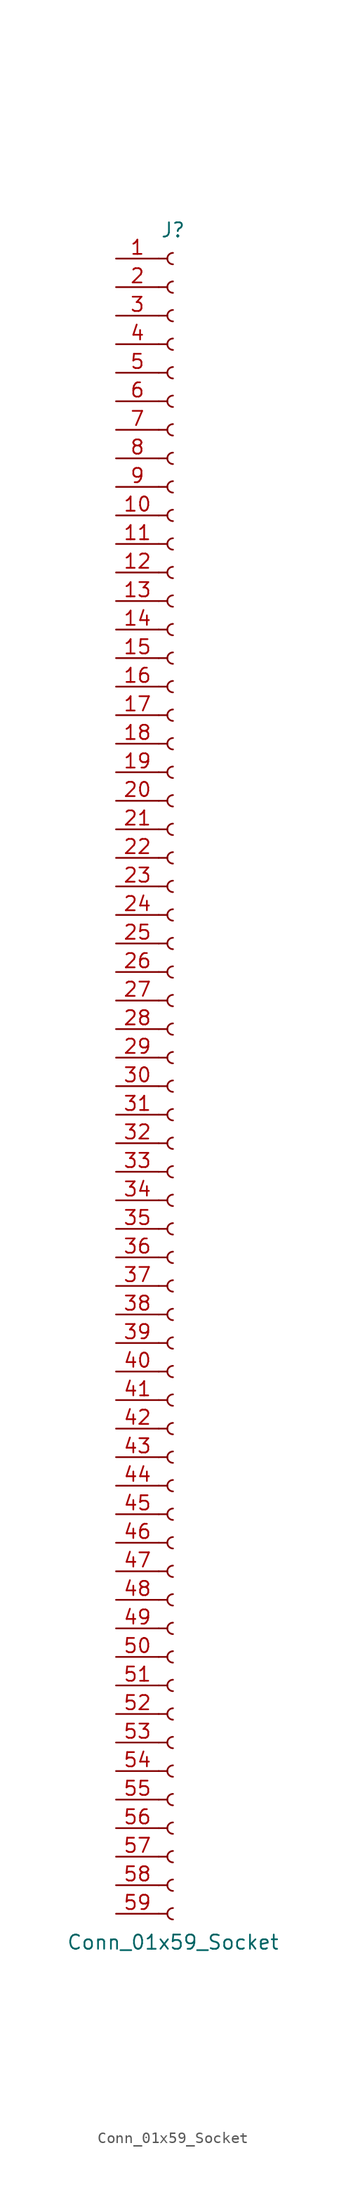
<source format=kicad_sym>
(kicad_symbol_lib
  (version 20241209)
  (generator "kicad_symbol_editor")
  (generator_version "9.0")
  (symbol "Conn_01x59_Socket"
    (pin_names
      (offset 1.016)
      (hide yes))
    (property "Reference" "J"
      (at 0 76.2 0)
      (effects (font (size 1.27 1.27))))
    (property "Value" "Conn_01x59_Socket"
      (at 0 -76.2 0)
      (effects (font (size 1.27 1.27))))
    (property "ki_locked" ""
      (at 0 0 0)
      (effects (font (size 1.27 1.27))))
    (symbol "Conn_01x59_Socket_1_1"
      (polyline (pts (xy -1.27 73.66) (xy -0.508 73.66)) (stroke (width 0.152) (type default)) (fill (type none)))
      (polyline (pts (xy -1.27 71.12) (xy -0.508 71.12)) (stroke (width 0.152) (type default)) (fill (type none)))
      (polyline (pts (xy -1.27 68.58) (xy -0.508 68.58)) (stroke (width 0.152) (type default)) (fill (type none)))
      (polyline (pts (xy -1.27 66.04) (xy -0.508 66.04)) (stroke (width 0.152) (type default)) (fill (type none)))
      (polyline (pts (xy -1.27 63.5) (xy -0.508 63.5)) (stroke (width 0.152) (type default)) (fill (type none)))
      (polyline (pts (xy -1.27 60.96) (xy -0.508 60.96)) (stroke (width 0.152) (type default)) (fill (type none)))
      (polyline (pts (xy -1.27 58.42) (xy -0.508 58.42)) (stroke (width 0.152) (type default)) (fill (type none)))
      (polyline (pts (xy -1.27 55.88) (xy -0.508 55.88)) (stroke (width 0.152) (type default)) (fill (type none)))
      (polyline (pts (xy -1.27 53.34) (xy -0.508 53.34)) (stroke (width 0.152) (type default)) (fill (type none)))
      (polyline (pts (xy -1.27 50.8) (xy -0.508 50.8)) (stroke (width 0.152) (type default)) (fill (type none)))
      (polyline (pts (xy -1.27 48.26) (xy -0.508 48.26)) (stroke (width 0.152) (type default)) (fill (type none)))
      (polyline (pts (xy -1.27 45.72) (xy -0.508 45.72)) (stroke (width 0.152) (type default)) (fill (type none)))
      (polyline (pts (xy -1.27 43.18) (xy -0.508 43.18)) (stroke (width 0.152) (type default)) (fill (type none)))
      (polyline (pts (xy -1.27 40.64) (xy -0.508 40.64)) (stroke (width 0.152) (type default)) (fill (type none)))
      (polyline (pts (xy -1.27 38.1) (xy -0.508 38.1)) (stroke (width 0.152) (type default)) (fill (type none)))
      (polyline (pts (xy -1.27 35.56) (xy -0.508 35.56)) (stroke (width 0.152) (type default)) (fill (type none)))
      (polyline (pts (xy -1.27 33.02) (xy -0.508 33.02)) (stroke (width 0.152) (type default)) (fill (type none)))
      (polyline (pts (xy -1.27 30.48) (xy -0.508 30.48)) (stroke (width 0.152) (type default)) (fill (type none)))
      (polyline (pts (xy -1.27 27.94) (xy -0.508 27.94)) (stroke (width 0.152) (type default)) (fill (type none)))
      (polyline (pts (xy -1.27 25.4) (xy -0.508 25.4)) (stroke (width 0.152) (type default)) (fill (type none)))
      (polyline (pts (xy -1.27 22.86) (xy -0.508 22.86)) (stroke (width 0.152) (type default)) (fill (type none)))
      (polyline (pts (xy -1.27 20.32) (xy -0.508 20.32)) (stroke (width 0.152) (type default)) (fill (type none)))
      (polyline (pts (xy -1.27 17.78) (xy -0.508 17.78)) (stroke (width 0.152) (type default)) (fill (type none)))
      (polyline (pts (xy -1.27 15.24) (xy -0.508 15.24)) (stroke (width 0.152) (type default)) (fill (type none)))
      (polyline (pts (xy -1.27 12.7) (xy -0.508 12.7)) (stroke (width 0.152) (type default)) (fill (type none)))
      (polyline (pts (xy -1.27 10.16) (xy -0.508 10.16)) (stroke (width 0.152) (type default)) (fill (type none)))
      (polyline (pts (xy -1.27 7.62) (xy -0.508 7.62)) (stroke (width 0.152) (type default)) (fill (type none)))
      (polyline (pts (xy -1.27 5.08) (xy -0.508 5.08)) (stroke (width 0.152) (type default)) (fill (type none)))
      (polyline (pts (xy -1.27 2.54) (xy -0.508 2.54)) (stroke (width 0.152) (type default)) (fill (type none)))
      (polyline (pts (xy -1.27 0) (xy -0.508 0)) (stroke (width 0.152) (type default)) (fill (type none)))
      (polyline (pts (xy -1.27 -2.54) (xy -0.508 -2.54)) (stroke (width 0.152) (type default)) (fill (type none)))
      (polyline (pts (xy -1.27 -5.08) (xy -0.508 -5.08)) (stroke (width 0.152) (type default)) (fill (type none)))
      (polyline (pts (xy -1.27 -7.62) (xy -0.508 -7.62)) (stroke (width 0.152) (type default)) (fill (type none)))
      (polyline (pts (xy -1.27 -10.16) (xy -0.508 -10.16)) (stroke (width 0.152) (type default)) (fill (type none)))
      (polyline (pts (xy -1.27 -12.7) (xy -0.508 -12.7)) (stroke (width 0.152) (type default)) (fill (type none)))
      (polyline (pts (xy -1.27 -15.24) (xy -0.508 -15.24)) (stroke (width 0.152) (type default)) (fill (type none)))
      (polyline (pts (xy -1.27 -17.78) (xy -0.508 -17.78)) (stroke (width 0.152) (type default)) (fill (type none)))
      (polyline (pts (xy -1.27 -20.32) (xy -0.508 -20.32)) (stroke (width 0.152) (type default)) (fill (type none)))
      (polyline (pts (xy -1.27 -22.86) (xy -0.508 -22.86)) (stroke (width 0.152) (type default)) (fill (type none)))
      (polyline (pts (xy -1.27 -25.4) (xy -0.508 -25.4)) (stroke (width 0.152) (type default)) (fill (type none)))
      (polyline (pts (xy -1.27 -27.94) (xy -0.508 -27.94)) (stroke (width 0.152) (type default)) (fill (type none)))
      (polyline (pts (xy -1.27 -30.48) (xy -0.508 -30.48)) (stroke (width 0.152) (type default)) (fill (type none)))
      (polyline (pts (xy -1.27 -33.02) (xy -0.508 -33.02)) (stroke (width 0.152) (type default)) (fill (type none)))
      (polyline (pts (xy -1.27 -35.56) (xy -0.508 -35.56)) (stroke (width 0.152) (type default)) (fill (type none)))
      (polyline (pts (xy -1.27 -38.1) (xy -0.508 -38.1)) (stroke (width 0.152) (type default)) (fill (type none)))
      (polyline (pts (xy -1.27 -40.64) (xy -0.508 -40.64)) (stroke (width 0.152) (type default)) (fill (type none)))
      (polyline (pts (xy -1.27 -43.18) (xy -0.508 -43.18)) (stroke (width 0.152) (type default)) (fill (type none)))
      (polyline (pts (xy -1.27 -45.72) (xy -0.508 -45.72)) (stroke (width 0.152) (type default)) (fill (type none)))
      (polyline (pts (xy -1.27 -48.26) (xy -0.508 -48.26)) (stroke (width 0.152) (type default)) (fill (type none)))
      (polyline (pts (xy -1.27 -50.8) (xy -0.508 -50.8)) (stroke (width 0.152) (type default)) (fill (type none)))
      (polyline (pts (xy -1.27 -53.34) (xy -0.508 -53.34)) (stroke (width 0.152) (type default)) (fill (type none)))
      (polyline (pts (xy -1.27 -55.88) (xy -0.508 -55.88)) (stroke (width 0.152) (type default)) (fill (type none)))
      (polyline (pts (xy -1.27 -58.42) (xy -0.508 -58.42)) (stroke (width 0.152) (type default)) (fill (type none)))
      (polyline (pts (xy -1.27 -60.96) (xy -0.508 -60.96)) (stroke (width 0.152) (type default)) (fill (type none)))
      (polyline (pts (xy -1.27 -63.5) (xy -0.508 -63.5)) (stroke (width 0.152) (type default)) (fill (type none)))
      (polyline (pts (xy -1.27 -66.04) (xy -0.508 -66.04)) (stroke (width 0.152) (type default)) (fill (type none)))
      (polyline (pts (xy -1.27 -68.58) (xy -0.508 -68.58)) (stroke (width 0.152) (type default)) (fill (type none)))
      (polyline (pts (xy -1.27 -71.12) (xy -0.508 -71.12)) (stroke (width 0.152) (type default)) (fill (type none)))
      (polyline (pts (xy -1.27 -73.66) (xy -0.508 -73.66)) (stroke (width 0.152) (type default)) (fill (type none)))
      (arc (start 0 73.152) (mid -0.5058 73.66) (end 0 74.168) (stroke (width 0.1524) (type default)) (fill (type none)))
      (arc (start 0 70.612) (mid -0.5058 71.12) (end 0 71.628) (stroke (width 0.1524) (type default)) (fill (type none)))
      (arc (start 0 68.072) (mid -0.5058 68.58) (end 0 69.088) (stroke (width 0.1524) (type default)) (fill (type none)))
      (arc (start 0 65.532) (mid -0.5058 66.04) (end 0 66.548) (stroke (width 0.1524) (type default)) (fill (type none)))
      (arc (start 0 62.992) (mid -0.5058 63.5) (end 0 64.008) (stroke (width 0.1524) (type default)) (fill (type none)))
      (arc (start 0 60.452) (mid -0.5058 60.96) (end 0 61.468) (stroke (width 0.1524) (type default)) (fill (type none)))
      (arc (start 0 57.912) (mid -0.5058 58.42) (end 0 58.928) (stroke (width 0.1524) (type default)) (fill (type none)))
      (arc (start 0 55.372) (mid -0.5058 55.88) (end 0 56.388) (stroke (width 0.1524) (type default)) (fill (type none)))
      (arc (start 0 52.832) (mid -0.5058 53.34) (end 0 53.848) (stroke (width 0.1524) (type default)) (fill (type none)))
      (arc (start 0 50.292) (mid -0.5058 50.8) (end 0 51.308) (stroke (width 0.1524) (type default)) (fill (type none)))
      (arc (start 0 47.752) (mid -0.5058 48.26) (end 0 48.768) (stroke (width 0.1524) (type default)) (fill (type none)))
      (arc (start 0 45.212) (mid -0.5058 45.72) (end 0 46.228) (stroke (width 0.1524) (type default)) (fill (type none)))
      (arc (start 0 42.672) (mid -0.5058 43.18) (end 0 43.688) (stroke (width 0.1524) (type default)) (fill (type none)))
      (arc (start 0 40.132) (mid -0.5058 40.64) (end 0 41.148) (stroke (width 0.1524) (type default)) (fill (type none)))
      (arc (start 0 37.592) (mid -0.5058 38.1) (end 0 38.608) (stroke (width 0.1524) (type default)) (fill (type none)))
      (arc (start 0 35.052) (mid -0.5058 35.56) (end 0 36.068) (stroke (width 0.1524) (type default)) (fill (type none)))
      (arc (start 0 32.512) (mid -0.5058 33.02) (end 0 33.528) (stroke (width 0.1524) (type default)) (fill (type none)))
      (arc (start 0 29.972) (mid -0.5058 30.48) (end 0 30.988) (stroke (width 0.1524) (type default)) (fill (type none)))
      (arc (start 0 27.432) (mid -0.5058 27.94) (end 0 28.448) (stroke (width 0.1524) (type default)) (fill (type none)))
      (arc (start 0 24.892) (mid -0.5058 25.4) (end 0 25.908) (stroke (width 0.1524) (type default)) (fill (type none)))
      (arc (start 0 22.352) (mid -0.5058 22.86) (end 0 23.368) (stroke (width 0.1524) (type default)) (fill (type none)))
      (arc (start 0 19.812) (mid -0.5058 20.32) (end 0 20.828) (stroke (width 0.1524) (type default)) (fill (type none)))
      (arc (start 0 17.272) (mid -0.5058 17.78) (end 0 18.288) (stroke (width 0.1524) (type default)) (fill (type none)))
      (arc (start 0 14.732) (mid -0.5058 15.24) (end 0 15.748) (stroke (width 0.1524) (type default)) (fill (type none)))
      (arc (start 0 12.192) (mid -0.5058 12.7) (end 0 13.208) (stroke (width 0.1524) (type default)) (fill (type none)))
      (arc (start 0 9.652) (mid -0.5058 10.16) (end 0 10.668) (stroke (width 0.1524) (type default)) (fill (type none)))
      (arc (start 0 7.112) (mid -0.5058 7.62) (end 0 8.128) (stroke (width 0.1524) (type default)) (fill (type none)))
      (arc (start 0 4.572) (mid -0.5058 5.08) (end 0 5.588) (stroke (width 0.1524) (type default)) (fill (type none)))
      (arc (start 0 2.032) (mid -0.5058 2.54) (end 0 3.048) (stroke (width 0.1524) (type default)) (fill (type none)))
      (arc (start 0 -0.508) (mid -0.5058 0) (end 0 0.508) (stroke (width 0.1524) (type default)) (fill (type none)))
      (arc (start 0 -3.048) (mid -0.5058 -2.54) (end 0 -2.032) (stroke (width 0.1524) (type default)) (fill (type none)))
      (arc (start 0 -5.588) (mid -0.5058 -5.08) (end 0 -4.572) (stroke (width 0.1524) (type default)) (fill (type none)))
      (arc (start 0 -8.128) (mid -0.5058 -7.62) (end 0 -7.112) (stroke (width 0.1524) (type default)) (fill (type none)))
      (arc (start 0 -10.668) (mid -0.5058 -10.16) (end 0 -9.652) (stroke (width 0.1524) (type default)) (fill (type none)))
      (arc (start 0 -13.208) (mid -0.5058 -12.7) (end 0 -12.192) (stroke (width 0.1524) (type default)) (fill (type none)))
      (arc (start 0 -15.748) (mid -0.5058 -15.24) (end 0 -14.732) (stroke (width 0.1524) (type default)) (fill (type none)))
      (arc (start 0 -18.288) (mid -0.5058 -17.78) (end 0 -17.272) (stroke (width 0.1524) (type default)) (fill (type none)))
      (arc (start 0 -20.828) (mid -0.5058 -20.32) (end 0 -19.812) (stroke (width 0.1524) (type default)) (fill (type none)))
      (arc (start 0 -23.368) (mid -0.5058 -22.86) (end 0 -22.352) (stroke (width 0.1524) (type default)) (fill (type none)))
      (arc (start 0 -25.908) (mid -0.5058 -25.4) (end 0 -24.892) (stroke (width 0.1524) (type default)) (fill (type none)))
      (arc (start 0 -28.448) (mid -0.5058 -27.94) (end 0 -27.432) (stroke (width 0.1524) (type default)) (fill (type none)))
      (arc (start 0 -30.988) (mid -0.5058 -30.48) (end 0 -29.972) (stroke (width 0.1524) (type default)) (fill (type none)))
      (arc (start 0 -33.528) (mid -0.5058 -33.02) (end 0 -32.512) (stroke (width 0.1524) (type default)) (fill (type none)))
      (arc (start 0 -36.068) (mid -0.5058 -35.56) (end 0 -35.052) (stroke (width 0.1524) (type default)) (fill (type none)))
      (arc (start 0 -38.608) (mid -0.5058 -38.1) (end 0 -37.592) (stroke (width 0.1524) (type default)) (fill (type none)))
      (arc (start 0 -41.148) (mid -0.5058 -40.64) (end 0 -40.132) (stroke (width 0.1524) (type default)) (fill (type none)))
      (arc (start 0 -43.688) (mid -0.5058 -43.18) (end 0 -42.672) (stroke (width 0.1524) (type default)) (fill (type none)))
      (arc (start 0 -46.228) (mid -0.5058 -45.72) (end 0 -45.212) (stroke (width 0.1524) (type default)) (fill (type none)))
      (arc (start 0 -48.768) (mid -0.5058 -48.26) (end 0 -47.752) (stroke (width 0.1524) (type default)) (fill (type none)))
      (arc (start 0 -51.308) (mid -0.5058 -50.8) (end 0 -50.292) (stroke (width 0.1524) (type default)) (fill (type none)))
      (arc (start 0 -53.848) (mid -0.5058 -53.34) (end 0 -52.832) (stroke (width 0.1524) (type default)) (fill (type none)))
      (arc (start 0 -56.388) (mid -0.5058 -55.88) (end 0 -55.372) (stroke (width 0.1524) (type default)) (fill (type none)))
      (arc (start 0 -58.928) (mid -0.5058 -58.42) (end 0 -57.912) (stroke (width 0.1524) (type default)) (fill (type none)))
      (arc (start 0 -61.468) (mid -0.5058 -60.96) (end 0 -60.452) (stroke (width 0.1524) (type default)) (fill (type none)))
      (arc (start 0 -64.008) (mid -0.5058 -63.5) (end 0 -62.992) (stroke (width 0.1524) (type default)) (fill (type none)))
      (arc (start 0 -66.548) (mid -0.5058 -66.04) (end 0 -65.532) (stroke (width 0.1524) (type default)) (fill (type none)))
      (arc (start 0 -69.088) (mid -0.5058 -68.58) (end 0 -68.072) (stroke (width 0.1524) (type default)) (fill (type none)))
      (arc (start 0 -71.628) (mid -0.5058 -71.12) (end 0 -70.612) (stroke (width 0.1524) (type default)) (fill (type none)))
      (arc (start 0 -74.168) (mid -0.5058 -73.66) (end 0 -73.152) (stroke (width 0.1524) (type default)) (fill (type none)))
      (pin passive line (at -5.08 73.66 0) (length 3.81) (name "Pin_1" (effects (font (size 1.27 1.27)))) (number "1" (effects (font (size 1.27 1.27)))))
      (pin passive line (at -5.08 71.12 0) (length 3.81) (name "Pin_2" (effects (font (size 1.27 1.27)))) (number "2" (effects (font (size 1.27 1.27)))))
      (pin passive line (at -5.08 68.58 0) (length 3.81) (name "Pin_3" (effects (font (size 1.27 1.27)))) (number "3" (effects (font (size 1.27 1.27)))))
      (pin passive line (at -5.08 66.04 0) (length 3.81) (name "Pin_4" (effects (font (size 1.27 1.27)))) (number "4" (effects (font (size 1.27 1.27)))))
      (pin passive line (at -5.08 63.5 0) (length 3.81) (name "Pin_5" (effects (font (size 1.27 1.27)))) (number "5" (effects (font (size 1.27 1.27)))))
      (pin passive line (at -5.08 60.96 0) (length 3.81) (name "Pin_6" (effects (font (size 1.27 1.27)))) (number "6" (effects (font (size 1.27 1.27)))))
      (pin passive line (at -5.08 58.42 0) (length 3.81) (name "Pin_7" (effects (font (size 1.27 1.27)))) (number "7" (effects (font (size 1.27 1.27)))))
      (pin passive line (at -5.08 55.88 0) (length 3.81) (name "Pin_8" (effects (font (size 1.27 1.27)))) (number "8" (effects (font (size 1.27 1.27)))))
      (pin passive line (at -5.08 53.34 0) (length 3.81) (name "Pin_9" (effects (font (size 1.27 1.27)))) (number "9" (effects (font (size 1.27 1.27)))))
      (pin passive line (at -5.08 50.8 0) (length 3.81) (name "Pin_10" (effects (font (size 1.27 1.27)))) (number "10" (effects (font (size 1.27 1.27)))))
      (pin passive line (at -5.08 48.26 0) (length 3.81) (name "Pin_11" (effects (font (size 1.27 1.27)))) (number "11" (effects (font (size 1.27 1.27)))))
      (pin passive line (at -5.08 45.72 0) (length 3.81) (name "Pin_12" (effects (font (size 1.27 1.27)))) (number "12" (effects (font (size 1.27 1.27)))))
      (pin passive line (at -5.08 43.18 0) (length 3.81) (name "Pin_13" (effects (font (size 1.27 1.27)))) (number "13" (effects (font (size 1.27 1.27)))))
      (pin passive line (at -5.08 40.64 0) (length 3.81) (name "Pin_14" (effects (font (size 1.27 1.27)))) (number "14" (effects (font (size 1.27 1.27)))))
      (pin passive line (at -5.08 38.1 0) (length 3.81) (name "Pin_15" (effects (font (size 1.27 1.27)))) (number "15" (effects (font (size 1.27 1.27)))))
      (pin passive line (at -5.08 35.56 0) (length 3.81) (name "Pin_16" (effects (font (size 1.27 1.27)))) (number "16" (effects (font (size 1.27 1.27)))))
      (pin passive line (at -5.08 33.02 0) (length 3.81) (name "Pin_17" (effects (font (size 1.27 1.27)))) (number "17" (effects (font (size 1.27 1.27)))))
      (pin passive line (at -5.08 30.48 0) (length 3.81) (name "Pin_18" (effects (font (size 1.27 1.27)))) (number "18" (effects (font (size 1.27 1.27)))))
      (pin passive line (at -5.08 27.94 0) (length 3.81) (name "Pin_19" (effects (font (size 1.27 1.27)))) (number "19" (effects (font (size 1.27 1.27)))))
      (pin passive line (at -5.08 25.4 0) (length 3.81) (name "Pin_20" (effects (font (size 1.27 1.27)))) (number "20" (effects (font (size 1.27 1.27)))))
      (pin passive line (at -5.08 22.86 0) (length 3.81) (name "Pin_21" (effects (font (size 1.27 1.27)))) (number "21" (effects (font (size 1.27 1.27)))))
      (pin passive line (at -5.08 20.32 0) (length 3.81) (name "Pin_22" (effects (font (size 1.27 1.27)))) (number "22" (effects (font (size 1.27 1.27)))))
      (pin passive line (at -5.08 17.78 0) (length 3.81) (name "Pin_23" (effects (font (size 1.27 1.27)))) (number "23" (effects (font (size 1.27 1.27)))))
      (pin passive line (at -5.08 15.24 0) (length 3.81) (name "Pin_24" (effects (font (size 1.27 1.27)))) (number "24" (effects (font (size 1.27 1.27)))))
      (pin passive line (at -5.08 12.7 0) (length 3.81) (name "Pin_25" (effects (font (size 1.27 1.27)))) (number "25" (effects (font (size 1.27 1.27)))))
      (pin passive line (at -5.08 10.16 0) (length 3.81) (name "Pin_26" (effects (font (size 1.27 1.27)))) (number "26" (effects (font (size 1.27 1.27)))))
      (pin passive line (at -5.08 7.62 0) (length 3.81) (name "Pin_27" (effects (font (size 1.27 1.27)))) (number "27" (effects (font (size 1.27 1.27)))))
      (pin passive line (at -5.08 5.08 0) (length 3.81) (name "Pin_28" (effects (font (size 1.27 1.27)))) (number "28" (effects (font (size 1.27 1.27)))))
      (pin passive line (at -5.08 2.54 0) (length 3.81) (name "Pin_29" (effects (font (size 1.27 1.27)))) (number "29" (effects (font (size 1.27 1.27)))))
      (pin passive line (at -5.08 0 0) (length 3.81) (name "Pin_30" (effects (font (size 1.27 1.27)))) (number "30" (effects (font (size 1.27 1.27)))))
      (pin passive line (at -5.08 -2.54 0) (length 3.81) (name "Pin_31" (effects (font (size 1.27 1.27)))) (number "31" (effects (font (size 1.27 1.27)))))
      (pin passive line (at -5.08 -5.08 0) (length 3.81) (name "Pin_32" (effects (font (size 1.27 1.27)))) (number "32" (effects (font (size 1.27 1.27)))))
      (pin passive line (at -5.08 -7.62 0) (length 3.81) (name "Pin_33" (effects (font (size 1.27 1.27)))) (number "33" (effects (font (size 1.27 1.27)))))
      (pin passive line (at -5.08 -10.16 0) (length 3.81) (name "Pin_34" (effects (font (size 1.27 1.27)))) (number "34" (effects (font (size 1.27 1.27)))))
      (pin passive line (at -5.08 -12.7 0) (length 3.81) (name "Pin_35" (effects (font (size 1.27 1.27)))) (number "35" (effects (font (size 1.27 1.27)))))
      (pin passive line (at -5.08 -15.24 0) (length 3.81) (name "Pin_36" (effects (font (size 1.27 1.27)))) (number "36" (effects (font (size 1.27 1.27)))))
      (pin passive line (at -5.08 -17.78 0) (length 3.81) (name "Pin_37" (effects (font (size 1.27 1.27)))) (number "37" (effects (font (size 1.27 1.27)))))
      (pin passive line (at -5.08 -20.32 0) (length 3.81) (name "Pin_38" (effects (font (size 1.27 1.27)))) (number "38" (effects (font (size 1.27 1.27)))))
      (pin passive line (at -5.08 -22.86 0) (length 3.81) (name "Pin_39" (effects (font (size 1.27 1.27)))) (number "39" (effects (font (size 1.27 1.27)))))
      (pin passive line (at -5.08 -25.4 0) (length 3.81) (name "Pin_40" (effects (font (size 1.27 1.27)))) (number "40" (effects (font (size 1.27 1.27)))))
      (pin passive line (at -5.08 -27.94 0) (length 3.81) (name "Pin_41" (effects (font (size 1.27 1.27)))) (number "41" (effects (font (size 1.27 1.27)))))
      (pin passive line (at -5.08 -30.48 0) (length 3.81) (name "Pin_42" (effects (font (size 1.27 1.27)))) (number "42" (effects (font (size 1.27 1.27)))))
      (pin passive line (at -5.08 -33.02 0) (length 3.81) (name "Pin_43" (effects (font (size 1.27 1.27)))) (number "43" (effects (font (size 1.27 1.27)))))
      (pin passive line (at -5.08 -35.56 0) (length 3.81) (name "Pin_44" (effects (font (size 1.27 1.27)))) (number "44" (effects (font (size 1.27 1.27)))))
      (pin passive line (at -5.08 -38.1 0) (length 3.81) (name "Pin_45" (effects (font (size 1.27 1.27)))) (number "45" (effects (font (size 1.27 1.27)))))
      (pin passive line (at -5.08 -40.64 0) (length 3.81) (name "Pin_46" (effects (font (size 1.27 1.27)))) (number "46" (effects (font (size 1.27 1.27)))))
      (pin passive line (at -5.08 -43.18 0) (length 3.81) (name "Pin_47" (effects (font (size 1.27 1.27)))) (number "47" (effects (font (size 1.27 1.27)))))
      (pin passive line (at -5.08 -45.72 0) (length 3.81) (name "Pin_48" (effects (font (size 1.27 1.27)))) (number "48" (effects (font (size 1.27 1.27)))))
      (pin passive line (at -5.08 -48.26 0) (length 3.81) (name "Pin_49" (effects (font (size 1.27 1.27)))) (number "49" (effects (font (size 1.27 1.27)))))
      (pin passive line (at -5.08 -50.8 0) (length 3.81) (name "Pin_50" (effects (font (size 1.27 1.27)))) (number "50" (effects (font (size 1.27 1.27)))))
      (pin passive line (at -5.08 -53.34 0) (length 3.81) (name "Pin_51" (effects (font (size 1.27 1.27)))) (number "51" (effects (font (size 1.27 1.27)))))
      (pin passive line (at -5.08 -55.88 0) (length 3.81) (name "Pin_52" (effects (font (size 1.27 1.27)))) (number "52" (effects (font (size 1.27 1.27)))))
      (pin passive line (at -5.08 -58.42 0) (length 3.81) (name "Pin_53" (effects (font (size 1.27 1.27)))) (number "53" (effects (font (size 1.27 1.27)))))
      (pin passive line (at -5.08 -60.96 0) (length 3.81) (name "Pin_54" (effects (font (size 1.27 1.27)))) (number "54" (effects (font (size 1.27 1.27)))))
      (pin passive line (at -5.08 -63.5 0) (length 3.81) (name "Pin_55" (effects (font (size 1.27 1.27)))) (number "55" (effects (font (size 1.27 1.27)))))
      (pin passive line (at -5.08 -66.04 0) (length 3.81) (name "Pin_56" (effects (font (size 1.27 1.27)))) (number "56" (effects (font (size 1.27 1.27)))))
      (pin passive line (at -5.08 -68.58 0) (length 3.81) (name "Pin_57" (effects (font (size 1.27 1.27)))) (number "57" (effects (font (size 1.27 1.27)))))
      (pin passive line (at -5.08 -71.12 0) (length 3.81) (name "Pin_58" (effects (font (size 1.27 1.27)))) (number "58" (effects (font (size 1.27 1.27)))))
      (pin passive line (at -5.08 -73.66 0) (length 3.81) (name "Pin_59" (effects (font (size 1.27 1.27)))) (number "59" (effects (font (size 1.27 1.27))))))))
</source>
